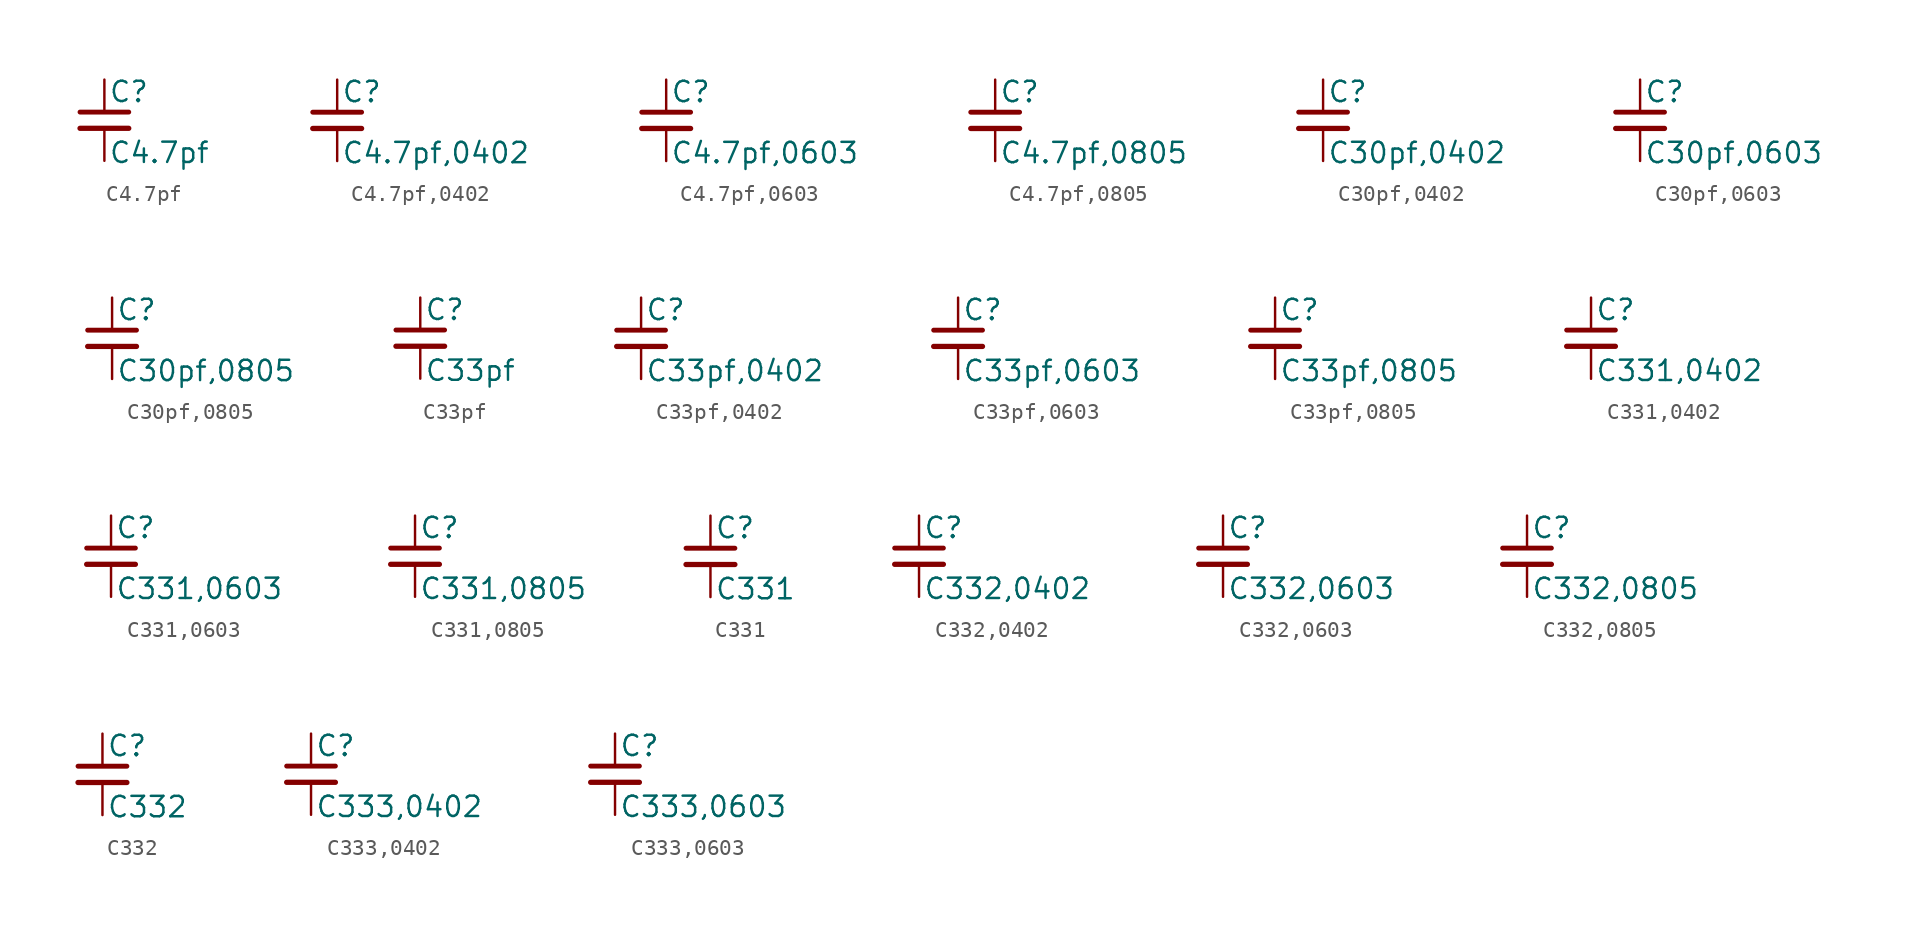
<source format=kicad_sym>
(kicad_symbol_lib
  (version 20211014)
  (generator kicad_symbol_editor)
  (symbol "C4.7pf"
    (pin_numbers hide)
    (pin_names
      (offset 0.254) hide)
    (property "Reference" "C"
      (at 0.254 1.778 0)
      (effects (font (size 1.27 1.27)) (justify left)))
    (property "Value" "C4.7pf"
      (at 0.254 -2.032 0)
      (effects (font (size 1.27 1.27)) (justify left)))
    (symbol "C4.7pf_0_1"
      (polyline (pts (xy -1.524 -0.508) (xy 1.524 -0.508)) (stroke (width 0.33) (type default) (color 0 0 0 0)) (fill (type none)))
      (polyline (pts (xy -1.524 0.508) (xy 1.524 0.508)) (stroke (width 0.305) (type default) (color 0 0 0 0)) (fill (type none))))
    (symbol "C4.7pf_1_1"
      (pin passive line (at 0 2.54 270) (length 2.032) (name "~" (effects (font (size 1.27 1.27)))) (number "1" (effects (font (size 1.27 1.27)))))
      (pin passive line (at 0 -2.54 90) (length 2.032) (name "~" (effects (font (size 1.27 1.27)))) (number "2" (effects (font (size 1.27 1.27)))))))
  (symbol "C4.7pf,0402"
    (pin_numbers hide)
    (pin_names
      (offset 0.254) hide)
    (property "Reference" "C"
      (at 0.254 1.778 0)
      (effects (font (size 1.27 1.27)) (justify left)))
    (property "Value" "C4.7pf,0402"
      (at 0.254 -2.032 0)
      (effects (font (size 1.27 1.27)) (justify left)))
    (symbol "C4.7pf,0402_0_1"
      (polyline (pts (xy -1.524 -0.508) (xy 1.524 -0.508)) (stroke (width 0.33) (type default) (color 0 0 0 0)) (fill (type none)))
      (polyline (pts (xy -1.524 0.508) (xy 1.524 0.508)) (stroke (width 0.305) (type default) (color 0 0 0 0)) (fill (type none))))
    (symbol "C4.7pf,0402_1_1"
      (pin passive line (at 0 2.54 270) (length 2.032) (name "~" (effects (font (size 1.27 1.27)))) (number "1" (effects (font (size 1.27 1.27)))))
      (pin passive line (at 0 -2.54 90) (length 2.032) (name "~" (effects (font (size 1.27 1.27)))) (number "2" (effects (font (size 1.27 1.27)))))))
  (symbol "C4.7pf,0603"
    (pin_numbers hide)
    (pin_names
      (offset 0.254) hide)
    (property "Reference" "C"
      (at 0.254 1.778 0)
      (effects (font (size 1.27 1.27)) (justify left)))
    (property "Value" "C4.7pf,0603"
      (at 0.254 -2.032 0)
      (effects (font (size 1.27 1.27)) (justify left)))
    (symbol "C4.7pf,0603_0_1"
      (polyline (pts (xy -1.524 -0.508) (xy 1.524 -0.508)) (stroke (width 0.33) (type default) (color 0 0 0 0)) (fill (type none)))
      (polyline (pts (xy -1.524 0.508) (xy 1.524 0.508)) (stroke (width 0.305) (type default) (color 0 0 0 0)) (fill (type none))))
    (symbol "C4.7pf,0603_1_1"
      (pin passive line (at 0 2.54 270) (length 2.032) (name "~" (effects (font (size 1.27 1.27)))) (number "1" (effects (font (size 1.27 1.27)))))
      (pin passive line (at 0 -2.54 90) (length 2.032) (name "~" (effects (font (size 1.27 1.27)))) (number "2" (effects (font (size 1.27 1.27)))))))
  (symbol "C4.7pf,0805"
    (pin_numbers hide)
    (pin_names
      (offset 0.254) hide)
    (property "Reference" "C"
      (at 0.254 1.778 0)
      (effects (font (size 1.27 1.27)) (justify left)))
    (property "Value" "C4.7pf,0805"
      (at 0.254 -2.032 0)
      (effects (font (size 1.27 1.27)) (justify left)))
    (symbol "C4.7pf,0805_0_1"
      (polyline (pts (xy -1.524 -0.508) (xy 1.524 -0.508)) (stroke (width 0.33) (type default) (color 0 0 0 0)) (fill (type none)))
      (polyline (pts (xy -1.524 0.508) (xy 1.524 0.508)) (stroke (width 0.305) (type default) (color 0 0 0 0)) (fill (type none))))
    (symbol "C4.7pf,0805_1_1"
      (pin passive line (at 0 2.54 270) (length 2.032) (name "~" (effects (font (size 1.27 1.27)))) (number "1" (effects (font (size 1.27 1.27)))))
      (pin passive line (at 0 -2.54 90) (length 2.032) (name "~" (effects (font (size 1.27 1.27)))) (number "2" (effects (font (size 1.27 1.27)))))))
  (symbol "C30pf,0402"
    (pin_numbers hide)
    (pin_names
      (offset 0.254) hide)
    (property "Reference" "C"
      (at 0.254 1.778 0)
      (effects (font (size 1.27 1.27)) (justify left)))
    (property "Value" "C30pf,0402"
      (at 0.254 -2.032 0)
      (effects (font (size 1.27 1.27)) (justify left)))
    (symbol "C30pf,0402_0_1"
      (polyline (pts (xy -1.524 -0.508) (xy 1.524 -0.508)) (stroke (width 0.33) (type default) (color 0 0 0 0)) (fill (type none)))
      (polyline (pts (xy -1.524 0.508) (xy 1.524 0.508)) (stroke (width 0.305) (type default) (color 0 0 0 0)) (fill (type none))))
    (symbol "C30pf,0402_1_1"
      (pin passive line (at 0 2.54 270) (length 2.032) (name "~" (effects (font (size 1.27 1.27)))) (number "1" (effects (font (size 1.27 1.27)))))
      (pin passive line (at 0 -2.54 90) (length 2.032) (name "~" (effects (font (size 1.27 1.27)))) (number "2" (effects (font (size 1.27 1.27)))))))
  (symbol "C30pf,0603"
    (pin_numbers hide)
    (pin_names
      (offset 0.254) hide)
    (property "Reference" "C"
      (at 0.254 1.778 0)
      (effects (font (size 1.27 1.27)) (justify left)))
    (property "Value" "C30pf,0603"
      (at 0.254 -2.032 0)
      (effects (font (size 1.27 1.27)) (justify left)))
    (symbol "C30pf,0603_0_1"
      (polyline (pts (xy -1.524 -0.508) (xy 1.524 -0.508)) (stroke (width 0.33) (type default) (color 0 0 0 0)) (fill (type none)))
      (polyline (pts (xy -1.524 0.508) (xy 1.524 0.508)) (stroke (width 0.305) (type default) (color 0 0 0 0)) (fill (type none))))
    (symbol "C30pf,0603_1_1"
      (pin passive line (at 0 2.54 270) (length 2.032) (name "~" (effects (font (size 1.27 1.27)))) (number "1" (effects (font (size 1.27 1.27)))))
      (pin passive line (at 0 -2.54 90) (length 2.032) (name "~" (effects (font (size 1.27 1.27)))) (number "2" (effects (font (size 1.27 1.27)))))))
  (symbol "C30pf,0805"
    (pin_numbers hide)
    (pin_names
      (offset 0.254) hide)
    (property "Reference" "C"
      (at 0.254 1.778 0)
      (effects (font (size 1.27 1.27)) (justify left)))
    (property "Value" "C30pf,0805"
      (at 0.254 -2.032 0)
      (effects (font (size 1.27 1.27)) (justify left)))
    (symbol "C30pf,0805_0_1"
      (polyline (pts (xy -1.524 -0.508) (xy 1.524 -0.508)) (stroke (width 0.33) (type default) (color 0 0 0 0)) (fill (type none)))
      (polyline (pts (xy -1.524 0.508) (xy 1.524 0.508)) (stroke (width 0.305) (type default) (color 0 0 0 0)) (fill (type none))))
    (symbol "C30pf,0805_1_1"
      (pin passive line (at 0 2.54 270) (length 2.032) (name "~" (effects (font (size 1.27 1.27)))) (number "1" (effects (font (size 1.27 1.27)))))
      (pin passive line (at 0 -2.54 90) (length 2.032) (name "~" (effects (font (size 1.27 1.27)))) (number "2" (effects (font (size 1.27 1.27)))))))
  (symbol "C33pf"
    (pin_numbers hide)
    (pin_names
      (offset 0.254) hide)
    (property "Reference" "C"
      (at 0.254 1.778 0)
      (effects (font (size 1.27 1.27)) (justify left)))
    (property "Value" "C33pf"
      (at 0.254 -2.032 0)
      (effects (font (size 1.27 1.27)) (justify left)))
    (symbol "C33pf_0_1"
      (polyline (pts (xy -1.524 -0.508) (xy 1.524 -0.508)) (stroke (width 0.33) (type default) (color 0 0 0 0)) (fill (type none)))
      (polyline (pts (xy -1.524 0.508) (xy 1.524 0.508)) (stroke (width 0.305) (type default) (color 0 0 0 0)) (fill (type none))))
    (symbol "C33pf_1_1"
      (pin passive line (at 0 2.54 270) (length 2.032) (name "~" (effects (font (size 1.27 1.27)))) (number "1" (effects (font (size 1.27 1.27)))))
      (pin passive line (at 0 -2.54 90) (length 2.032) (name "~" (effects (font (size 1.27 1.27)))) (number "2" (effects (font (size 1.27 1.27)))))))
  (symbol "C33pf,0402"
    (pin_numbers hide)
    (pin_names
      (offset 0.254) hide)
    (property "Reference" "C"
      (at 0.254 1.778 0)
      (effects (font (size 1.27 1.27)) (justify left)))
    (property "Value" "C33pf,0402"
      (at 0.254 -2.032 0)
      (effects (font (size 1.27 1.27)) (justify left)))
    (symbol "C33pf,0402_0_1"
      (polyline (pts (xy -1.524 -0.508) (xy 1.524 -0.508)) (stroke (width 0.33) (type default) (color 0 0 0 0)) (fill (type none)))
      (polyline (pts (xy -1.524 0.508) (xy 1.524 0.508)) (stroke (width 0.305) (type default) (color 0 0 0 0)) (fill (type none))))
    (symbol "C33pf,0402_1_1"
      (pin passive line (at 0 2.54 270) (length 2.032) (name "~" (effects (font (size 1.27 1.27)))) (number "1" (effects (font (size 1.27 1.27)))))
      (pin passive line (at 0 -2.54 90) (length 2.032) (name "~" (effects (font (size 1.27 1.27)))) (number "2" (effects (font (size 1.27 1.27)))))))
  (symbol "C33pf,0603"
    (pin_numbers hide)
    (pin_names
      (offset 0.254) hide)
    (property "Reference" "C"
      (at 0.254 1.778 0)
      (effects (font (size 1.27 1.27)) (justify left)))
    (property "Value" "C33pf,0603"
      (at 0.254 -2.032 0)
      (effects (font (size 1.27 1.27)) (justify left)))
    (symbol "C33pf,0603_0_1"
      (polyline (pts (xy -1.524 -0.508) (xy 1.524 -0.508)) (stroke (width 0.33) (type default) (color 0 0 0 0)) (fill (type none)))
      (polyline (pts (xy -1.524 0.508) (xy 1.524 0.508)) (stroke (width 0.305) (type default) (color 0 0 0 0)) (fill (type none))))
    (symbol "C33pf,0603_1_1"
      (pin passive line (at 0 2.54 270) (length 2.032) (name "~" (effects (font (size 1.27 1.27)))) (number "1" (effects (font (size 1.27 1.27)))))
      (pin passive line (at 0 -2.54 90) (length 2.032) (name "~" (effects (font (size 1.27 1.27)))) (number "2" (effects (font (size 1.27 1.27)))))))
  (symbol "C33pf,0805"
    (pin_numbers hide)
    (pin_names
      (offset 0.254) hide)
    (property "Reference" "C"
      (at 0.254 1.778 0)
      (effects (font (size 1.27 1.27)) (justify left)))
    (property "Value" "C33pf,0805"
      (at 0.254 -2.032 0)
      (effects (font (size 1.27 1.27)) (justify left)))
    (symbol "C33pf,0805_0_1"
      (polyline (pts (xy -1.524 -0.508) (xy 1.524 -0.508)) (stroke (width 0.33) (type default) (color 0 0 0 0)) (fill (type none)))
      (polyline (pts (xy -1.524 0.508) (xy 1.524 0.508)) (stroke (width 0.305) (type default) (color 0 0 0 0)) (fill (type none))))
    (symbol "C33pf,0805_1_1"
      (pin passive line (at 0 2.54 270) (length 2.032) (name "~" (effects (font (size 1.27 1.27)))) (number "1" (effects (font (size 1.27 1.27)))))
      (pin passive line (at 0 -2.54 90) (length 2.032) (name "~" (effects (font (size 1.27 1.27)))) (number "2" (effects (font (size 1.27 1.27)))))))
  (symbol "C331,0402"
    (pin_numbers hide)
    (pin_names
      (offset 0.254) hide)
    (property "Reference" "C"
      (at 0.254 1.778 0)
      (effects (font (size 1.27 1.27)) (justify left)))
    (property "Value" "C331,0402"
      (at 0.254 -2.032 0)
      (effects (font (size 1.27 1.27)) (justify left)))
    (symbol "C331,0402_0_1"
      (polyline (pts (xy -1.524 -0.508) (xy 1.524 -0.508)) (stroke (width 0.33) (type default) (color 0 0 0 0)) (fill (type none)))
      (polyline (pts (xy -1.524 0.508) (xy 1.524 0.508)) (stroke (width 0.305) (type default) (color 0 0 0 0)) (fill (type none))))
    (symbol "C331,0402_1_1"
      (pin passive line (at 0 2.54 270) (length 2.032) (name "~" (effects (font (size 1.27 1.27)))) (number "1" (effects (font (size 1.27 1.27)))))
      (pin passive line (at 0 -2.54 90) (length 2.032) (name "~" (effects (font (size 1.27 1.27)))) (number "2" (effects (font (size 1.27 1.27)))))))
  (symbol "C331,0603"
    (pin_numbers hide)
    (pin_names
      (offset 0.254) hide)
    (property "Reference" "C"
      (at 0.254 1.778 0)
      (effects (font (size 1.27 1.27)) (justify left)))
    (property "Value" "C331,0603"
      (at 0.254 -2.032 0)
      (effects (font (size 1.27 1.27)) (justify left)))
    (symbol "C331,0603_0_1"
      (polyline (pts (xy -1.524 -0.508) (xy 1.524 -0.508)) (stroke (width 0.33) (type default) (color 0 0 0 0)) (fill (type none)))
      (polyline (pts (xy -1.524 0.508) (xy 1.524 0.508)) (stroke (width 0.305) (type default) (color 0 0 0 0)) (fill (type none))))
    (symbol "C331,0603_1_1"
      (pin passive line (at 0 2.54 270) (length 2.032) (name "~" (effects (font (size 1.27 1.27)))) (number "1" (effects (font (size 1.27 1.27)))))
      (pin passive line (at 0 -2.54 90) (length 2.032) (name "~" (effects (font (size 1.27 1.27)))) (number "2" (effects (font (size 1.27 1.27)))))))
  (symbol "C331,0805"
    (pin_numbers hide)
    (pin_names
      (offset 0.254) hide)
    (property "Reference" "C"
      (at 0.254 1.778 0)
      (effects (font (size 1.27 1.27)) (justify left)))
    (property "Value" "C331,0805"
      (at 0.254 -2.032 0)
      (effects (font (size 1.27 1.27)) (justify left)))
    (symbol "C331,0805_0_1"
      (polyline (pts (xy -1.524 -0.508) (xy 1.524 -0.508)) (stroke (width 0.33) (type default) (color 0 0 0 0)) (fill (type none)))
      (polyline (pts (xy -1.524 0.508) (xy 1.524 0.508)) (stroke (width 0.305) (type default) (color 0 0 0 0)) (fill (type none))))
    (symbol "C331,0805_1_1"
      (pin passive line (at 0 2.54 270) (length 2.032) (name "~" (effects (font (size 1.27 1.27)))) (number "1" (effects (font (size 1.27 1.27)))))
      (pin passive line (at 0 -2.54 90) (length 2.032) (name "~" (effects (font (size 1.27 1.27)))) (number "2" (effects (font (size 1.27 1.27)))))))
  (symbol "C331"
    (pin_numbers hide)
    (pin_names
      (offset 0.254) hide)
    (property "Reference" "C"
      (at 0.254 1.778 0)
      (effects (font (size 1.27 1.27)) (justify left)))
    (property "Value" "C331"
      (at 0.254 -2.032 0)
      (effects (font (size 1.27 1.27)) (justify left)))
    (symbol "C331_0_1"
      (polyline (pts (xy -1.524 -0.508) (xy 1.524 -0.508)) (stroke (width 0.33) (type default) (color 0 0 0 0)) (fill (type none)))
      (polyline (pts (xy -1.524 0.508) (xy 1.524 0.508)) (stroke (width 0.305) (type default) (color 0 0 0 0)) (fill (type none))))
    (symbol "C331_1_1"
      (pin passive line (at 0 2.54 270) (length 2.032) (name "~" (effects (font (size 1.27 1.27)))) (number "1" (effects (font (size 1.27 1.27)))))
      (pin passive line (at 0 -2.54 90) (length 2.032) (name "~" (effects (font (size 1.27 1.27)))) (number "2" (effects (font (size 1.27 1.27)))))))
  (symbol "C332,0402"
    (pin_numbers hide)
    (pin_names
      (offset 0.254) hide)
    (property "Reference" "C"
      (at 0.254 1.778 0)
      (effects (font (size 1.27 1.27)) (justify left)))
    (property "Value" "C332,0402"
      (at 0.254 -2.032 0)
      (effects (font (size 1.27 1.27)) (justify left)))
    (symbol "C332,0402_0_1"
      (polyline (pts (xy -1.524 -0.508) (xy 1.524 -0.508)) (stroke (width 0.33) (type default) (color 0 0 0 0)) (fill (type none)))
      (polyline (pts (xy -1.524 0.508) (xy 1.524 0.508)) (stroke (width 0.305) (type default) (color 0 0 0 0)) (fill (type none))))
    (symbol "C332,0402_1_1"
      (pin passive line (at 0 2.54 270) (length 2.032) (name "~" (effects (font (size 1.27 1.27)))) (number "1" (effects (font (size 1.27 1.27)))))
      (pin passive line (at 0 -2.54 90) (length 2.032) (name "~" (effects (font (size 1.27 1.27)))) (number "2" (effects (font (size 1.27 1.27)))))))
  (symbol "C332,0603"
    (pin_numbers hide)
    (pin_names
      (offset 0.254) hide)
    (property "Reference" "C"
      (at 0.254 1.778 0)
      (effects (font (size 1.27 1.27)) (justify left)))
    (property "Value" "C332,0603"
      (at 0.254 -2.032 0)
      (effects (font (size 1.27 1.27)) (justify left)))
    (symbol "C332,0603_0_1"
      (polyline (pts (xy -1.524 -0.508) (xy 1.524 -0.508)) (stroke (width 0.33) (type default) (color 0 0 0 0)) (fill (type none)))
      (polyline (pts (xy -1.524 0.508) (xy 1.524 0.508)) (stroke (width 0.305) (type default) (color 0 0 0 0)) (fill (type none))))
    (symbol "C332,0603_1_1"
      (pin passive line (at 0 2.54 270) (length 2.032) (name "~" (effects (font (size 1.27 1.27)))) (number "1" (effects (font (size 1.27 1.27)))))
      (pin passive line (at 0 -2.54 90) (length 2.032) (name "~" (effects (font (size 1.27 1.27)))) (number "2" (effects (font (size 1.27 1.27)))))))
  (symbol "C332,0805"
    (pin_numbers hide)
    (pin_names
      (offset 0.254) hide)
    (property "Reference" "C"
      (at 0.254 1.778 0)
      (effects (font (size 1.27 1.27)) (justify left)))
    (property "Value" "C332,0805"
      (at 0.254 -2.032 0)
      (effects (font (size 1.27 1.27)) (justify left)))
    (symbol "C332,0805_0_1"
      (polyline (pts (xy -1.524 -0.508) (xy 1.524 -0.508)) (stroke (width 0.33) (type default) (color 0 0 0 0)) (fill (type none)))
      (polyline (pts (xy -1.524 0.508) (xy 1.524 0.508)) (stroke (width 0.305) (type default) (color 0 0 0 0)) (fill (type none))))
    (symbol "C332,0805_1_1"
      (pin passive line (at 0 2.54 270) (length 2.032) (name "~" (effects (font (size 1.27 1.27)))) (number "1" (effects (font (size 1.27 1.27)))))
      (pin passive line (at 0 -2.54 90) (length 2.032) (name "~" (effects (font (size 1.27 1.27)))) (number "2" (effects (font (size 1.27 1.27)))))))
  (symbol "C332"
    (pin_numbers hide)
    (pin_names
      (offset 0.254) hide)
    (property "Reference" "C"
      (at 0.254 1.778 0)
      (effects (font (size 1.27 1.27)) (justify left)))
    (property "Value" "C332"
      (at 0.254 -2.032 0)
      (effects (font (size 1.27 1.27)) (justify left)))
    (symbol "C332_0_1"
      (polyline (pts (xy -1.524 -0.508) (xy 1.524 -0.508)) (stroke (width 0.33) (type default) (color 0 0 0 0)) (fill (type none)))
      (polyline (pts (xy -1.524 0.508) (xy 1.524 0.508)) (stroke (width 0.305) (type default) (color 0 0 0 0)) (fill (type none))))
    (symbol "C332_1_1"
      (pin passive line (at 0 2.54 270) (length 2.032) (name "~" (effects (font (size 1.27 1.27)))) (number "1" (effects (font (size 1.27 1.27)))))
      (pin passive line (at 0 -2.54 90) (length 2.032) (name "~" (effects (font (size 1.27 1.27)))) (number "2" (effects (font (size 1.27 1.27)))))))
  (symbol "C333,0402"
    (pin_numbers hide)
    (pin_names
      (offset 0.254) hide)
    (property "Reference" "C"
      (at 0.254 1.778 0)
      (effects (font (size 1.27 1.27)) (justify left)))
    (property "Value" "C333,0402"
      (at 0.254 -2.032 0)
      (effects (font (size 1.27 1.27)) (justify left)))
    (symbol "C333,0402_0_1"
      (polyline (pts (xy -1.524 -0.508) (xy 1.524 -0.508)) (stroke (width 0.33) (type default) (color 0 0 0 0)) (fill (type none)))
      (polyline (pts (xy -1.524 0.508) (xy 1.524 0.508)) (stroke (width 0.305) (type default) (color 0 0 0 0)) (fill (type none))))
    (symbol "C333,0402_1_1"
      (pin passive line (at 0 2.54 270) (length 2.032) (name "~" (effects (font (size 1.27 1.27)))) (number "1" (effects (font (size 1.27 1.27)))))
      (pin passive line (at 0 -2.54 90) (length 2.032) (name "~" (effects (font (size 1.27 1.27)))) (number "2" (effects (font (size 1.27 1.27)))))))
  (symbol "C333,0603"
    (pin_numbers hide)
    (pin_names
      (offset 0.254) hide)
    (property "Reference" "C"
      (at 0.254 1.778 0)
      (effects (font (size 1.27 1.27)) (justify left)))
    (property "Value" "C333,0603"
      (at 0.254 -2.032 0)
      (effects (font (size 1.27 1.27)) (justify left)))
    (symbol "C333,0603_0_1"
      (polyline (pts (xy -1.524 -0.508) (xy 1.524 -0.508)) (stroke (width 0.33) (type default) (color 0 0 0 0)) (fill (type none)))
      (polyline (pts (xy -1.524 0.508) (xy 1.524 0.508)) (stroke (width 0.305) (type default) (color 0 0 0 0)) (fill (type none))))
    (symbol "C333,0603_1_1"
      (pin passive line (at 0 2.54 270) (length 2.032) (name "~" (effects (font (size 1.27 1.27)))) (number "1" (effects (font (size 1.27 1.27)))))
      (pin passive line (at 0 -2.54 90) (length 2.032) (name "~" (effects (font (size 1.27 1.27)))) (number "2" (effects (font (size 1.27 1.27))))))))
</source>
